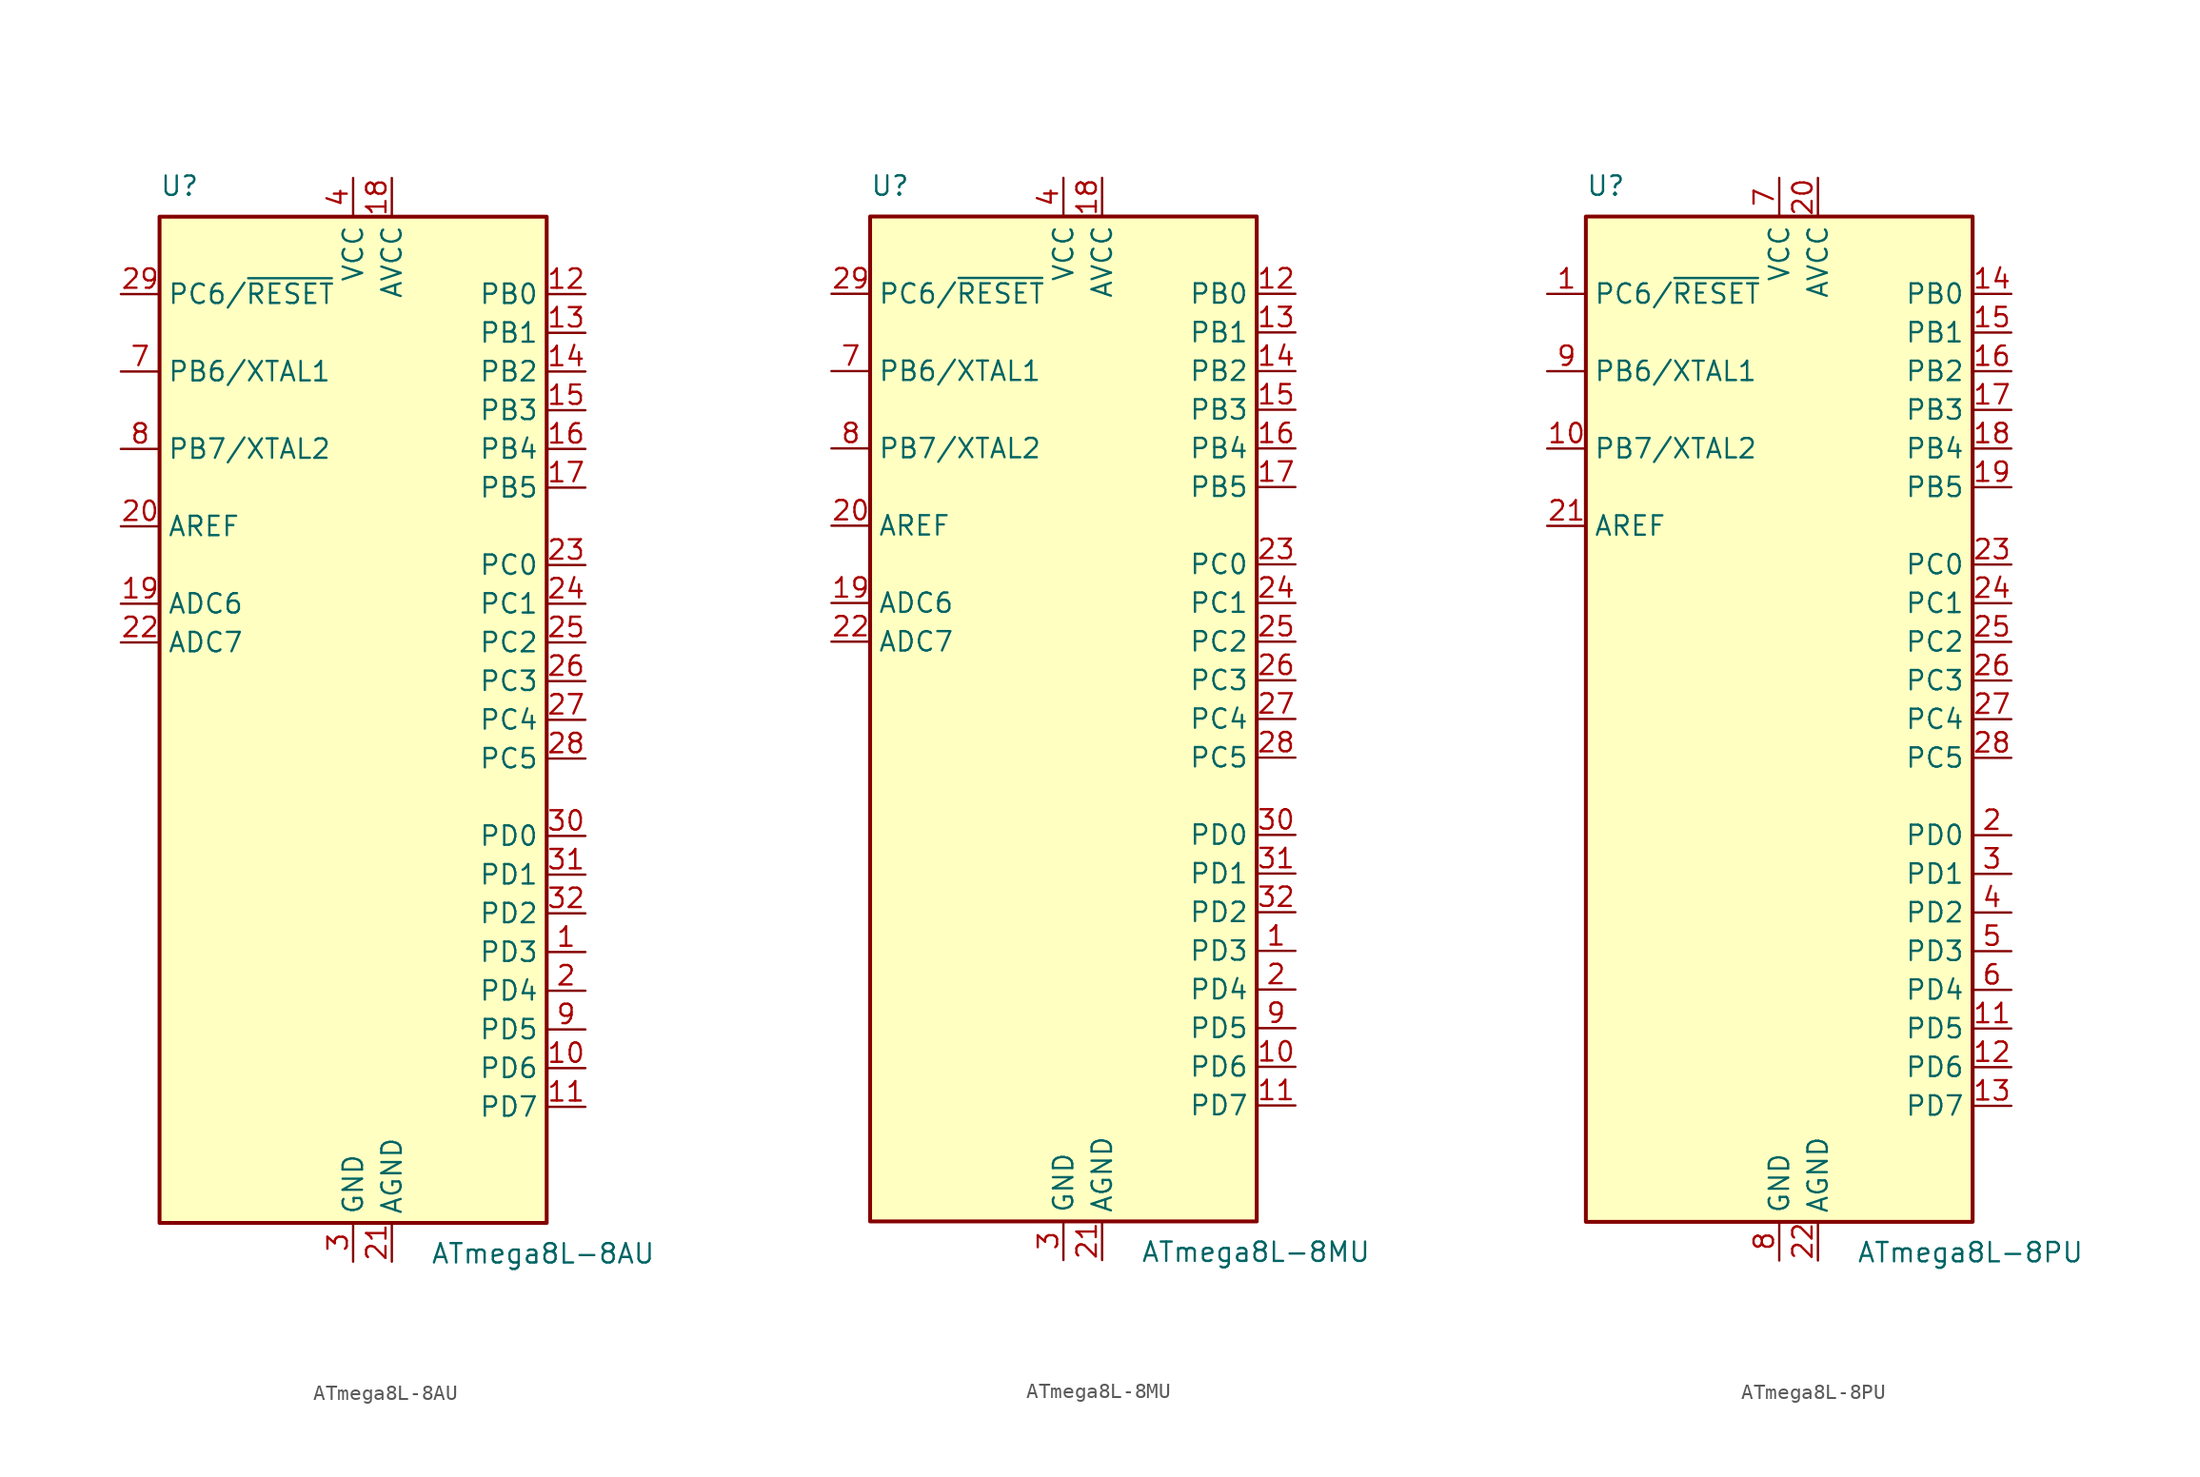
<source format=kicad_sym>
(kicad_symbol_lib
  (version 20201005)
  (generator kicad_symbol_editor)
  (symbol "ATmega8L-8AU"
    (property "Reference" "U"
      (at -12.7 34.29 0)
      (effects (font (size 1.27 1.27)) (justify left bottom)))
    (property "Value" "ATmega8L-8AU"
      (at 5.08 -34.29 0)
      (effects (font (size 1.27 1.27)) (justify left top)))
    (symbol "ATmega8L-8AU_0_1"
      (rectangle (start -12.7 -33.02) (end 12.7 33.02) (stroke (width 0.254)) (fill (type background))))
    (symbol "ATmega8L-8AU_1_1"
      (pin tri_state line (at 15.24 -15.24 180) (length 2.54) (name "PD3" (effects (font (size 1.27 1.27)))) (number "1" (effects (font (size 1.27 1.27)))))
      (pin tri_state line (at 15.24 -22.86 180) (length 2.54) (name "PD6" (effects (font (size 1.27 1.27)))) (number "10" (effects (font (size 1.27 1.27)))))
      (pin tri_state line (at 15.24 -25.4 180) (length 2.54) (name "PD7" (effects (font (size 1.27 1.27)))) (number "11" (effects (font (size 1.27 1.27)))))
      (pin tri_state line (at 15.24 27.94 180) (length 2.54) (name "PB0" (effects (font (size 1.27 1.27)))) (number "12" (effects (font (size 1.27 1.27)))))
      (pin tri_state line (at 15.24 25.4 180) (length 2.54) (name "PB1" (effects (font (size 1.27 1.27)))) (number "13" (effects (font (size 1.27 1.27)))))
      (pin tri_state line (at 15.24 22.86 180) (length 2.54) (name "PB2" (effects (font (size 1.27 1.27)))) (number "14" (effects (font (size 1.27 1.27)))))
      (pin tri_state line (at 15.24 20.32 180) (length 2.54) (name "PB3" (effects (font (size 1.27 1.27)))) (number "15" (effects (font (size 1.27 1.27)))))
      (pin tri_state line (at 15.24 17.78 180) (length 2.54) (name "PB4" (effects (font (size 1.27 1.27)))) (number "16" (effects (font (size 1.27 1.27)))))
      (pin tri_state line (at 15.24 15.24 180) (length 2.54) (name "PB5" (effects (font (size 1.27 1.27)))) (number "17" (effects (font (size 1.27 1.27)))))
      (pin power_in line (at 2.54 35.56 270) (length 2.54) (name "AVCC" (effects (font (size 1.27 1.27)))) (number "18" (effects (font (size 1.27 1.27)))))
      (pin input line (at -15.24 7.62 0) (length 2.54) (name "ADC6" (effects (font (size 1.27 1.27)))) (number "19" (effects (font (size 1.27 1.27)))))
      (pin tri_state line (at 15.24 -17.78 180) (length 2.54) (name "PD4" (effects (font (size 1.27 1.27)))) (number "2" (effects (font (size 1.27 1.27)))))
      (pin passive line (at -15.24 12.7 0) (length 2.54) (name "AREF" (effects (font (size 1.27 1.27)))) (number "20" (effects (font (size 1.27 1.27)))))
      (pin power_in line (at 2.54 -35.56 90) (length 2.54) (name "AGND" (effects (font (size 1.27 1.27)))) (number "21" (effects (font (size 1.27 1.27)))))
      (pin input line (at -15.24 5.08 0) (length 2.54) (name "ADC7" (effects (font (size 1.27 1.27)))) (number "22" (effects (font (size 1.27 1.27)))))
      (pin tri_state line (at 15.24 10.16 180) (length 2.54) (name "PC0" (effects (font (size 1.27 1.27)))) (number "23" (effects (font (size 1.27 1.27)))))
      (pin tri_state line (at 15.24 7.62 180) (length 2.54) (name "PC1" (effects (font (size 1.27 1.27)))) (number "24" (effects (font (size 1.27 1.27)))))
      (pin tri_state line (at 15.24 5.08 180) (length 2.54) (name "PC2" (effects (font (size 1.27 1.27)))) (number "25" (effects (font (size 1.27 1.27)))))
      (pin tri_state line (at 15.24 2.54 180) (length 2.54) (name "PC3" (effects (font (size 1.27 1.27)))) (number "26" (effects (font (size 1.27 1.27)))))
      (pin tri_state line (at 15.24 0 180) (length 2.54) (name "PC4" (effects (font (size 1.27 1.27)))) (number "27" (effects (font (size 1.27 1.27)))))
      (pin tri_state line (at 15.24 -2.54 180) (length 2.54) (name "PC5" (effects (font (size 1.27 1.27)))) (number "28" (effects (font (size 1.27 1.27)))))
      (pin tri_state line (at -15.24 27.94 0) (length 2.54) (name "PC6/~RESET" (effects (font (size 1.27 1.27)))) (number "29" (effects (font (size 1.27 1.27)))))
      (pin power_in line (at 0 -35.56 90) (length 2.54) (name "GND" (effects (font (size 1.27 1.27)))) (number "3" (effects (font (size 1.27 1.27)))))
      (pin tri_state line (at 15.24 -7.62 180) (length 2.54) (name "PD0" (effects (font (size 1.27 1.27)))) (number "30" (effects (font (size 1.27 1.27)))))
      (pin tri_state line (at 15.24 -10.16 180) (length 2.54) (name "PD1" (effects (font (size 1.27 1.27)))) (number "31" (effects (font (size 1.27 1.27)))))
      (pin tri_state line (at 15.24 -12.7 180) (length 2.54) (name "PD2" (effects (font (size 1.27 1.27)))) (number "32" (effects (font (size 1.27 1.27)))))
      (pin power_in line (at 0 35.56 270) (length 2.54) (name "VCC" (effects (font (size 1.27 1.27)))) (number "4" (effects (font (size 1.27 1.27)))))
      (pin passive line (at 0 -35.56 90) (length 2.54) hide (name "GND" (effects (font (size 1.27 1.27)))) (number "5" (effects (font (size 1.27 1.27)))))
      (pin passive line (at 0 35.56 270) (length 2.54) hide (name "VCC" (effects (font (size 1.27 1.27)))) (number "6" (effects (font (size 1.27 1.27)))))
      (pin tri_state line (at -15.24 22.86 0) (length 2.54) (name "PB6/XTAL1" (effects (font (size 1.27 1.27)))) (number "7" (effects (font (size 1.27 1.27)))))
      (pin tri_state line (at -15.24 17.78 0) (length 2.54) (name "PB7/XTAL2" (effects (font (size 1.27 1.27)))) (number "8" (effects (font (size 1.27 1.27)))))
      (pin tri_state line (at 15.24 -20.32 180) (length 2.54) (name "PD5" (effects (font (size 1.27 1.27)))) (number "9" (effects (font (size 1.27 1.27)))))))
  (symbol "ATmega8L-8MU"
    (property "Reference" "U"
      (at -12.7 34.29 0)
      (effects (font (size 1.27 1.27)) (justify left bottom)))
    (property "Value" "ATmega8L-8MU"
      (at 5.08 -34.29 0)
      (effects (font (size 1.27 1.27)) (justify left top)))
    (symbol "ATmega8L-8MU_0_1"
      (rectangle (start -12.7 -33.02) (end 12.7 33.02) (stroke (width 0.254)) (fill (type background))))
    (symbol "ATmega8L-8MU_1_1"
      (pin tri_state line (at 15.24 -15.24 180) (length 2.54) (name "PD3" (effects (font (size 1.27 1.27)))) (number "1" (effects (font (size 1.27 1.27)))))
      (pin tri_state line (at 15.24 -22.86 180) (length 2.54) (name "PD6" (effects (font (size 1.27 1.27)))) (number "10" (effects (font (size 1.27 1.27)))))
      (pin tri_state line (at 15.24 -25.4 180) (length 2.54) (name "PD7" (effects (font (size 1.27 1.27)))) (number "11" (effects (font (size 1.27 1.27)))))
      (pin tri_state line (at 15.24 27.94 180) (length 2.54) (name "PB0" (effects (font (size 1.27 1.27)))) (number "12" (effects (font (size 1.27 1.27)))))
      (pin tri_state line (at 15.24 25.4 180) (length 2.54) (name "PB1" (effects (font (size 1.27 1.27)))) (number "13" (effects (font (size 1.27 1.27)))))
      (pin tri_state line (at 15.24 22.86 180) (length 2.54) (name "PB2" (effects (font (size 1.27 1.27)))) (number "14" (effects (font (size 1.27 1.27)))))
      (pin tri_state line (at 15.24 20.32 180) (length 2.54) (name "PB3" (effects (font (size 1.27 1.27)))) (number "15" (effects (font (size 1.27 1.27)))))
      (pin tri_state line (at 15.24 17.78 180) (length 2.54) (name "PB4" (effects (font (size 1.27 1.27)))) (number "16" (effects (font (size 1.27 1.27)))))
      (pin tri_state line (at 15.24 15.24 180) (length 2.54) (name "PB5" (effects (font (size 1.27 1.27)))) (number "17" (effects (font (size 1.27 1.27)))))
      (pin power_in line (at 2.54 35.56 270) (length 2.54) (name "AVCC" (effects (font (size 1.27 1.27)))) (number "18" (effects (font (size 1.27 1.27)))))
      (pin input line (at -15.24 7.62 0) (length 2.54) (name "ADC6" (effects (font (size 1.27 1.27)))) (number "19" (effects (font (size 1.27 1.27)))))
      (pin tri_state line (at 15.24 -17.78 180) (length 2.54) (name "PD4" (effects (font (size 1.27 1.27)))) (number "2" (effects (font (size 1.27 1.27)))))
      (pin passive line (at -15.24 12.7 0) (length 2.54) (name "AREF" (effects (font (size 1.27 1.27)))) (number "20" (effects (font (size 1.27 1.27)))))
      (pin power_in line (at 2.54 -35.56 90) (length 2.54) (name "AGND" (effects (font (size 1.27 1.27)))) (number "21" (effects (font (size 1.27 1.27)))))
      (pin input line (at -15.24 5.08 0) (length 2.54) (name "ADC7" (effects (font (size 1.27 1.27)))) (number "22" (effects (font (size 1.27 1.27)))))
      (pin tri_state line (at 15.24 10.16 180) (length 2.54) (name "PC0" (effects (font (size 1.27 1.27)))) (number "23" (effects (font (size 1.27 1.27)))))
      (pin tri_state line (at 15.24 7.62 180) (length 2.54) (name "PC1" (effects (font (size 1.27 1.27)))) (number "24" (effects (font (size 1.27 1.27)))))
      (pin tri_state line (at 15.24 5.08 180) (length 2.54) (name "PC2" (effects (font (size 1.27 1.27)))) (number "25" (effects (font (size 1.27 1.27)))))
      (pin tri_state line (at 15.24 2.54 180) (length 2.54) (name "PC3" (effects (font (size 1.27 1.27)))) (number "26" (effects (font (size 1.27 1.27)))))
      (pin tri_state line (at 15.24 0 180) (length 2.54) (name "PC4" (effects (font (size 1.27 1.27)))) (number "27" (effects (font (size 1.27 1.27)))))
      (pin tri_state line (at 15.24 -2.54 180) (length 2.54) (name "PC5" (effects (font (size 1.27 1.27)))) (number "28" (effects (font (size 1.27 1.27)))))
      (pin tri_state line (at -15.24 27.94 0) (length 2.54) (name "PC6/~RESET" (effects (font (size 1.27 1.27)))) (number "29" (effects (font (size 1.27 1.27)))))
      (pin power_in line (at 0 -35.56 90) (length 2.54) (name "GND" (effects (font (size 1.27 1.27)))) (number "3" (effects (font (size 1.27 1.27)))))
      (pin tri_state line (at 15.24 -7.62 180) (length 2.54) (name "PD0" (effects (font (size 1.27 1.27)))) (number "30" (effects (font (size 1.27 1.27)))))
      (pin tri_state line (at 15.24 -10.16 180) (length 2.54) (name "PD1" (effects (font (size 1.27 1.27)))) (number "31" (effects (font (size 1.27 1.27)))))
      (pin tri_state line (at 15.24 -12.7 180) (length 2.54) (name "PD2" (effects (font (size 1.27 1.27)))) (number "32" (effects (font (size 1.27 1.27)))))
      (pin passive line (at 0 -35.56 90) (length 2.54) hide (name "GND" (effects (font (size 1.27 1.27)))) (number "33" (effects (font (size 1.27 1.27)))))
      (pin power_in line (at 0 35.56 270) (length 2.54) (name "VCC" (effects (font (size 1.27 1.27)))) (number "4" (effects (font (size 1.27 1.27)))))
      (pin passive line (at 0 -35.56 90) (length 2.54) hide (name "GND" (effects (font (size 1.27 1.27)))) (number "5" (effects (font (size 1.27 1.27)))))
      (pin passive line (at 0 35.56 270) (length 2.54) hide (name "VCC" (effects (font (size 1.27 1.27)))) (number "6" (effects (font (size 1.27 1.27)))))
      (pin tri_state line (at -15.24 22.86 0) (length 2.54) (name "PB6/XTAL1" (effects (font (size 1.27 1.27)))) (number "7" (effects (font (size 1.27 1.27)))))
      (pin tri_state line (at -15.24 17.78 0) (length 2.54) (name "PB7/XTAL2" (effects (font (size 1.27 1.27)))) (number "8" (effects (font (size 1.27 1.27)))))
      (pin tri_state line (at 15.24 -20.32 180) (length 2.54) (name "PD5" (effects (font (size 1.27 1.27)))) (number "9" (effects (font (size 1.27 1.27)))))))
  (symbol "ATmega8L-8PU"
    (property "Reference" "U"
      (at -12.7 34.29 0)
      (effects (font (size 1.27 1.27)) (justify left bottom)))
    (property "Value" "ATmega8L-8PU"
      (at 5.08 -34.29 0)
      (effects (font (size 1.27 1.27)) (justify left top)))
    (symbol "ATmega8L-8PU_0_1"
      (rectangle (start -12.7 -33.02) (end 12.7 33.02) (stroke (width 0.254)) (fill (type background))))
    (symbol "ATmega8L-8PU_1_1"
      (pin tri_state line (at -15.24 27.94 0) (length 2.54) (name "PC6/~RESET" (effects (font (size 1.27 1.27)))) (number "1" (effects (font (size 1.27 1.27)))))
      (pin tri_state line (at -15.24 17.78 0) (length 2.54) (name "PB7/XTAL2" (effects (font (size 1.27 1.27)))) (number "10" (effects (font (size 1.27 1.27)))))
      (pin tri_state line (at 15.24 -20.32 180) (length 2.54) (name "PD5" (effects (font (size 1.27 1.27)))) (number "11" (effects (font (size 1.27 1.27)))))
      (pin tri_state line (at 15.24 -22.86 180) (length 2.54) (name "PD6" (effects (font (size 1.27 1.27)))) (number "12" (effects (font (size 1.27 1.27)))))
      (pin tri_state line (at 15.24 -25.4 180) (length 2.54) (name "PD7" (effects (font (size 1.27 1.27)))) (number "13" (effects (font (size 1.27 1.27)))))
      (pin tri_state line (at 15.24 27.94 180) (length 2.54) (name "PB0" (effects (font (size 1.27 1.27)))) (number "14" (effects (font (size 1.27 1.27)))))
      (pin tri_state line (at 15.24 25.4 180) (length 2.54) (name "PB1" (effects (font (size 1.27 1.27)))) (number "15" (effects (font (size 1.27 1.27)))))
      (pin tri_state line (at 15.24 22.86 180) (length 2.54) (name "PB2" (effects (font (size 1.27 1.27)))) (number "16" (effects (font (size 1.27 1.27)))))
      (pin tri_state line (at 15.24 20.32 180) (length 2.54) (name "PB3" (effects (font (size 1.27 1.27)))) (number "17" (effects (font (size 1.27 1.27)))))
      (pin tri_state line (at 15.24 17.78 180) (length 2.54) (name "PB4" (effects (font (size 1.27 1.27)))) (number "18" (effects (font (size 1.27 1.27)))))
      (pin tri_state line (at 15.24 15.24 180) (length 2.54) (name "PB5" (effects (font (size 1.27 1.27)))) (number "19" (effects (font (size 1.27 1.27)))))
      (pin tri_state line (at 15.24 -7.62 180) (length 2.54) (name "PD0" (effects (font (size 1.27 1.27)))) (number "2" (effects (font (size 1.27 1.27)))))
      (pin power_in line (at 2.54 35.56 270) (length 2.54) (name "AVCC" (effects (font (size 1.27 1.27)))) (number "20" (effects (font (size 1.27 1.27)))))
      (pin passive line (at -15.24 12.7 0) (length 2.54) (name "AREF" (effects (font (size 1.27 1.27)))) (number "21" (effects (font (size 1.27 1.27)))))
      (pin power_in line (at 2.54 -35.56 90) (length 2.54) (name "AGND" (effects (font (size 1.27 1.27)))) (number "22" (effects (font (size 1.27 1.27)))))
      (pin tri_state line (at 15.24 10.16 180) (length 2.54) (name "PC0" (effects (font (size 1.27 1.27)))) (number "23" (effects (font (size 1.27 1.27)))))
      (pin tri_state line (at 15.24 7.62 180) (length 2.54) (name "PC1" (effects (font (size 1.27 1.27)))) (number "24" (effects (font (size 1.27 1.27)))))
      (pin tri_state line (at 15.24 5.08 180) (length 2.54) (name "PC2" (effects (font (size 1.27 1.27)))) (number "25" (effects (font (size 1.27 1.27)))))
      (pin tri_state line (at 15.24 2.54 180) (length 2.54) (name "PC3" (effects (font (size 1.27 1.27)))) (number "26" (effects (font (size 1.27 1.27)))))
      (pin tri_state line (at 15.24 0 180) (length 2.54) (name "PC4" (effects (font (size 1.27 1.27)))) (number "27" (effects (font (size 1.27 1.27)))))
      (pin tri_state line (at 15.24 -2.54 180) (length 2.54) (name "PC5" (effects (font (size 1.27 1.27)))) (number "28" (effects (font (size 1.27 1.27)))))
      (pin tri_state line (at 15.24 -10.16 180) (length 2.54) (name "PD1" (effects (font (size 1.27 1.27)))) (number "3" (effects (font (size 1.27 1.27)))))
      (pin tri_state line (at 15.24 -12.7 180) (length 2.54) (name "PD2" (effects (font (size 1.27 1.27)))) (number "4" (effects (font (size 1.27 1.27)))))
      (pin tri_state line (at 15.24 -15.24 180) (length 2.54) (name "PD3" (effects (font (size 1.27 1.27)))) (number "5" (effects (font (size 1.27 1.27)))))
      (pin tri_state line (at 15.24 -17.78 180) (length 2.54) (name "PD4" (effects (font (size 1.27 1.27)))) (number "6" (effects (font (size 1.27 1.27)))))
      (pin power_in line (at 0 35.56 270) (length 2.54) (name "VCC" (effects (font (size 1.27 1.27)))) (number "7" (effects (font (size 1.27 1.27)))))
      (pin power_in line (at 0 -35.56 90) (length 2.54) (name "GND" (effects (font (size 1.27 1.27)))) (number "8" (effects (font (size 1.27 1.27)))))
      (pin tri_state line (at -15.24 22.86 0) (length 2.54) (name "PB6/XTAL1" (effects (font (size 1.27 1.27)))) (number "9" (effects (font (size 1.27 1.27))))))))
</source>
